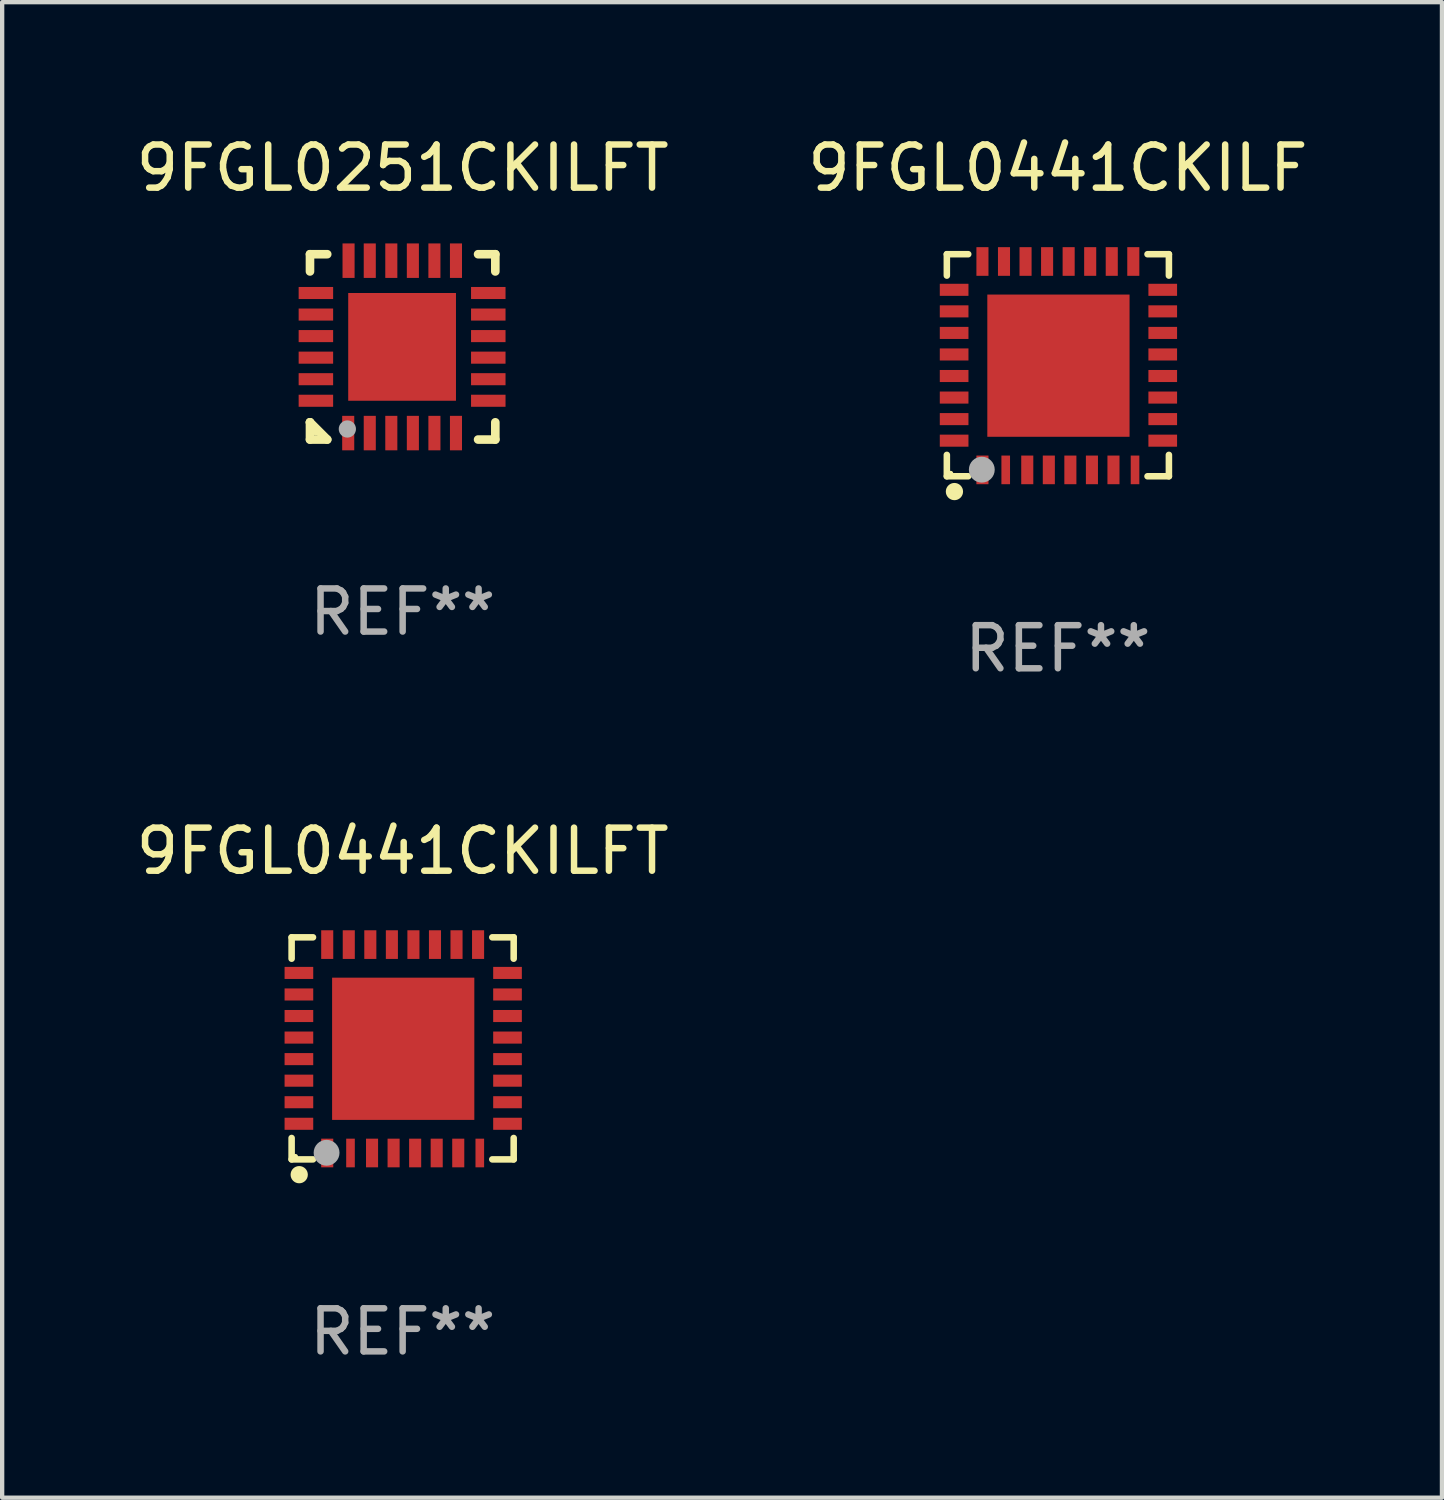
<source format=kicad_pcb>
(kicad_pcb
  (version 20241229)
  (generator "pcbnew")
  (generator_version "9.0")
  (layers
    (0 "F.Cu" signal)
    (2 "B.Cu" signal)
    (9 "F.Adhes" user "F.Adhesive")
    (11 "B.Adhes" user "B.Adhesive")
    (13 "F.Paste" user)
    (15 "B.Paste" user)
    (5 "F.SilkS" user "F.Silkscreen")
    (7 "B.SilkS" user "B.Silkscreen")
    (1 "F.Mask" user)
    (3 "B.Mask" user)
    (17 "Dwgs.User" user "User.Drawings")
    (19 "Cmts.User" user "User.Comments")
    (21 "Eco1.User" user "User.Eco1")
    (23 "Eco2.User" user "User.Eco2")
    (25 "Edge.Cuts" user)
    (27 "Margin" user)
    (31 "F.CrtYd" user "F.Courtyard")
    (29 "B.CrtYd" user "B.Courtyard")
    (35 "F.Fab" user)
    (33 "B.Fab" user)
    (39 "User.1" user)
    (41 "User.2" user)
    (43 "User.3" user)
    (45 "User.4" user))
  (footprint "9FGL0441CKILF"
    (layer "F.Cu")
    (at 21.494 5.424)
    (property "Reference" "9FGL0441CKILF" (at 0 -4.576 0) (layer "F.SilkS") (effects (font (size 1 1) (thickness 0.15))))
    (attr through_hole)
    (fp_line (start -2.576 -2.576) (end -2.576 -2.08) (stroke (width 0.152) (type solid)) (layer "F.SilkS"))
    (fp_line (start -2.576 2.576) (end -2.576 2.08) (stroke (width 0.152) (type solid)) (layer "F.SilkS"))
    (fp_line (start -2.08 -2.576) (end -2.576 -2.576) (stroke (width 0.152) (type solid)) (layer "F.SilkS"))
    (fp_line (start -2.08 2.576) (end -2.576 2.576) (stroke (width 0.152) (type solid)) (layer "F.SilkS"))
    (fp_line (start 2.08 -2.576) (end 2.576 -2.576) (stroke (width 0.152) (type solid)) (layer "F.SilkS"))
    (fp_line (start 2.08 2.576) (end 2.576 2.576) (stroke (width 0.152) (type solid)) (layer "F.SilkS"))
    (fp_line (start 2.576 -2.576) (end 2.576 -2.08) (stroke (width 0.152) (type solid)) (layer "F.SilkS"))
    (fp_line (start 2.576 2.576) (end 2.576 2.08) (stroke (width 0.152) (type solid)) (layer "F.SilkS"))
    (fp_circle (center -2.487 2.51) (end -2.457 2.51) (stroke (width 0.06) (type solid)) (fill no) (layer "F.SilkS"))
    (fp_circle (center -2.4 2.931) (end -2.3 2.931) (stroke (width 0.2) (type solid)) (fill no) (layer "F.SilkS"))
    (fp_circle (center -1.765 2.423) (end -1.615 2.423) (stroke (width 0.3) (type solid)) (fill no) (layer "F.Fab"))
    (fp_text user "REF**" (at 0 6.576 0) (layer "F.Fab") (effects (font (size 1 1) (thickness 0.15))))
    (pad "1" smd rect (at -1.75 2.428) (size 0.28 0.665) (layers "F.Cu" "F.Mask" "F.Paste"))
    (pad "2" smd rect (at -1.21 2.428) (size 0.2 0.665) (layers "F.Cu" "F.Mask" "F.Paste"))
    (pad "3" smd rect (at -0.71 2.428) (size 0.28 0.665) (layers "F.Cu" "F.Mask" "F.Paste"))
    (pad "4" smd rect (at -0.21 2.428) (size 0.28 0.665) (layers "F.Cu" "F.Mask" "F.Paste"))
    (pad "5" smd rect (at 0.29 2.428) (size 0.28 0.665) (layers "F.Cu" "F.Mask" "F.Paste"))
    (pad "6" smd rect (at 0.79 2.428) (size 0.28 0.665) (layers "F.Cu" "F.Mask" "F.Paste"))
    (pad "7" smd rect (at 1.29 2.428) (size 0.28 0.665) (layers "F.Cu" "F.Mask" "F.Paste"))
    (pad "8" smd rect (at 1.79 2.428) (size 0.2 0.665) (layers "F.Cu" "F.Mask" "F.Paste"))
    (pad "9" smd rect (at 2.433 1.75) (size 0.665 0.28) (layers "F.Cu" "F.Mask" "F.Paste"))
    (pad "10" smd rect (at 2.433 1.25) (size 0.665 0.28) (layers "F.Cu" "F.Mask" "F.Paste"))
    (pad "11" smd rect (at 2.433 0.75) (size 0.665 0.28) (layers "F.Cu" "F.Mask" "F.Paste"))
    (pad "12" smd rect (at 2.433 0.25) (size 0.665 0.28) (layers "F.Cu" "F.Mask" "F.Paste"))
    (pad "13" smd rect (at 2.433 -0.25) (size 0.665 0.28) (layers "F.Cu" "F.Mask" "F.Paste"))
    (pad "14" smd rect (at 2.433 -0.75) (size 0.665 0.28) (layers "F.Cu" "F.Mask" "F.Paste"))
    (pad "15" smd rect (at 2.433 -1.25) (size 0.665 0.28) (layers "F.Cu" "F.Mask" "F.Paste"))
    (pad "16" smd rect (at 2.433 -1.75) (size 0.665 0.28) (layers "F.Cu" "F.Mask" "F.Paste"))
    (pad "17" smd rect (at 1.75 -2.407) (size 0.28 0.665) (layers "F.Cu" "F.Mask" "F.Paste"))
    (pad "18" smd rect (at 1.25 -2.407) (size 0.28 0.665) (layers "F.Cu" "F.Mask" "F.Paste"))
    (pad "19" smd rect (at 0.75 -2.407) (size 0.28 0.665) (layers "F.Cu" "F.Mask" "F.Paste"))
    (pad "20" smd rect (at 0.25 -2.407) (size 0.28 0.665) (layers "F.Cu" "F.Mask" "F.Paste"))
    (pad "21" smd rect (at -0.25 -2.407) (size 0.28 0.665) (layers "F.Cu" "F.Mask" "F.Paste"))
    (pad "22" smd rect (at -0.75 -2.407) (size 0.28 0.665) (layers "F.Cu" "F.Mask" "F.Paste"))
    (pad "23" smd rect (at -1.25 -2.407) (size 0.28 0.665) (layers "F.Cu" "F.Mask" "F.Paste"))
    (pad "24" smd rect (at -1.75 -2.407) (size 0.28 0.665) (layers "F.Cu" "F.Mask" "F.Paste"))
    (pad "25" smd rect (at -2.407 -1.75) (size 0.665 0.28) (layers "F.Cu" "F.Mask" "F.Paste"))
    (pad "26" smd rect (at -2.407 -1.25) (size 0.665 0.28) (layers "F.Cu" "F.Mask" "F.Paste"))
    (pad "27" smd rect (at -2.407 -0.75) (size 0.665 0.28) (layers "F.Cu" "F.Mask" "F.Paste"))
    (pad "28" smd rect (at -2.407 -0.25) (size 0.665 0.28) (layers "F.Cu" "F.Mask" "F.Paste"))
    (pad "29" smd rect (at -2.407 0.25) (size 0.665 0.28) (layers "F.Cu" "F.Mask" "F.Paste"))
    (pad "30" smd rect (at -2.407 0.75) (size 0.665 0.28) (layers "F.Cu" "F.Mask" "F.Paste"))
    (pad "31" smd rect (at -2.407 1.25) (size 0.665 0.28) (layers "F.Cu" "F.Mask" "F.Paste"))
    (pad "32" smd rect (at -2.407 1.75) (size 0.665 0.28) (layers "F.Cu" "F.Mask" "F.Paste"))
    (pad "33" smd rect (at 0.013 0.01) (size 3.3 3.3) (layers "F.Cu" "F.Mask" "F.Paste")))
  (footprint "9FGL0251CKILFT"
    (layer "F.Cu")
    (at 6.292 4.998)
    (property "Reference" "9FGL0251CKILFT" (at 0 -4.15 0) (layer "F.SilkS") (effects (font (size 1 1) (thickness 0.15))))
    (attr through_hole)
    (fp_line (start -2.15 -2.15) (end -1.75 -2.15) (stroke (width 0.2) (type solid)) (layer "F.SilkS"))
    (fp_line (start -2.15 -1.75) (end -2.15 -2.15) (stroke (width 0.2) (type solid)) (layer "F.SilkS"))
    (fp_line (start -2.15 1.75) (end -2.15 1.75) (stroke (width 0.2) (type solid)) (layer "F.SilkS"))
    (fp_line (start -2.15 1.75) (end -1.75 2.15) (stroke (width 0.2) (type solid)) (layer "F.SilkS"))
    (fp_line (start -2.15 2.15) (end -2.15 1.75) (stroke (width 0.2) (type solid)) (layer "F.SilkS"))
    (fp_line (start -1.75 2.15) (end -2.15 2.15) (stroke (width 0.2) (type solid)) (layer "F.SilkS"))
    (fp_line (start 2.15 -2.15) (end 1.75 -2.15) (stroke (width 0.2) (type solid)) (layer "F.SilkS"))
    (fp_line (start 2.15 -1.75) (end 2.15 -2.15) (stroke (width 0.2) (type solid)) (layer "F.SilkS"))
    (fp_line (start 2.15 1.75) (end 2.15 2.15) (stroke (width 0.2) (type solid)) (layer "F.SilkS"))
    (fp_line (start 2.15 2.15) (end 1.75 2.15) (stroke (width 0.2) (type solid)) (layer "F.SilkS"))
    (fp_circle (center -2.013 2) (end -1.983 2) (stroke (width 0.06) (type solid)) (fill no) (layer "F.SilkS"))
    (fp_circle (center -1.283 1.905) (end -1.183 1.905) (stroke (width 0.2) (type solid)) (fill no) (layer "F.Fab"))
    (fp_text user "REF**" (at 0 6.15 0) (layer "F.Fab") (effects (font (size 1 1) (thickness 0.15))))
    (pad "1" smd rect (at -1.263 2 180) (size 0.28 0.8) (layers "F.Cu" "F.Mask" "F.Paste"))
    (pad "2" smd rect (at -0.763 2 180) (size 0.28 0.8) (layers "F.Cu" "F.Mask" "F.Paste"))
    (pad "3" smd rect (at -0.263 2 180) (size 0.28 0.8) (layers "F.Cu" "F.Mask" "F.Paste"))
    (pad "4" smd rect (at 0.237 2 180) (size 0.28 0.8) (layers "F.Cu" "F.Mask" "F.Paste"))
    (pad "5" smd rect (at 0.737 2 180) (size 0.28 0.8) (layers "F.Cu" "F.Mask" "F.Paste"))
    (pad "6" smd rect (at 1.237 2 180) (size 0.28 0.8) (layers "F.Cu" "F.Mask" "F.Paste"))
    (pad "7" smd rect (at 1.987 1.25 90) (size 0.28 0.8) (layers "F.Cu" "F.Mask" "F.Paste"))
    (pad "8" smd rect (at 1.987 0.75 90) (size 0.28 0.8) (layers "F.Cu" "F.Mask" "F.Paste"))
    (pad "9" smd rect (at 1.987 0.25 90) (size 0.28 0.8) (layers "F.Cu" "F.Mask" "F.Paste"))
    (pad "10" smd rect (at 1.987 -0.25 90) (size 0.28 0.8) (layers "F.Cu" "F.Mask" "F.Paste"))
    (pad "11" smd rect (at 1.987 -0.75 90) (size 0.28 0.8) (layers "F.Cu" "F.Mask" "F.Paste"))
    (pad "12" smd rect (at 1.987 -1.25 90) (size 0.28 0.8) (layers "F.Cu" "F.Mask" "F.Paste"))
    (pad "13" smd rect (at 1.237 -2 180) (size 0.28 0.8) (layers "F.Cu" "F.Mask" "F.Paste"))
    (pad "14" smd rect (at 0.737 -2 180) (size 0.28 0.8) (layers "F.Cu" "F.Mask" "F.Paste"))
    (pad "15" smd rect (at 0.237 -2 180) (size 0.28 0.8) (layers "F.Cu" "F.Mask" "F.Paste"))
    (pad "16" smd rect (at -0.263 -2 180) (size 0.28 0.8) (layers "F.Cu" "F.Mask" "F.Paste"))
    (pad "17" smd rect (at -0.763 -2 180) (size 0.28 0.8) (layers "F.Cu" "F.Mask" "F.Paste"))
    (pad "18" smd rect (at -1.255 -2 180) (size 0.28 0.8) (layers "F.Cu" "F.Mask" "F.Paste"))
    (pad "19" smd rect (at -2.013 -1.25 90) (size 0.28 0.8) (layers "F.Cu" "F.Mask" "F.Paste"))
    (pad "20" smd rect (at -2.013 -0.75 90) (size 0.28 0.8) (layers "F.Cu" "F.Mask" "F.Paste"))
    (pad "21" smd rect (at -2.013 -0.25 90) (size 0.28 0.8) (layers "F.Cu" "F.Mask" "F.Paste"))
    (pad "22" smd rect (at -2.013 0.25 90) (size 0.28 0.8) (layers "F.Cu" "F.Mask" "F.Paste"))
    (pad "23" smd rect (at -2.013 0.75 90) (size 0.28 0.8) (layers "F.Cu" "F.Mask" "F.Paste"))
    (pad "24" smd rect (at -2.013 1.25 90) (size 0.28 0.8) (layers "F.Cu" "F.Mask" "F.Paste"))
    (pad "25" smd rect (at -0.013 0 90) (size 2.5 2.5) (layers "F.Cu" "F.Mask" "F.Paste")))
  (footprint "9FGL0441CKILFT"
    (layer "F.Cu")
    (at 6.292 21.273)
    (property "Reference" "9FGL0441CKILFT" (at 0 -4.576 0) (layer "F.SilkS") (effects (font (size 1 1) (thickness 0.15))))
    (attr through_hole)
    (fp_line (start -2.576 -2.576) (end -2.576 -2.08) (stroke (width 0.152) (type solid)) (layer "F.SilkS"))
    (fp_line (start -2.576 2.576) (end -2.576 2.08) (stroke (width 0.152) (type solid)) (layer "F.SilkS"))
    (fp_line (start -2.08 -2.576) (end -2.576 -2.576) (stroke (width 0.152) (type solid)) (layer "F.SilkS"))
    (fp_line (start -2.08 2.576) (end -2.576 2.576) (stroke (width 0.152) (type solid)) (layer "F.SilkS"))
    (fp_line (start 2.08 -2.576) (end 2.576 -2.576) (stroke (width 0.152) (type solid)) (layer "F.SilkS"))
    (fp_line (start 2.08 2.576) (end 2.576 2.576) (stroke (width 0.152) (type solid)) (layer "F.SilkS"))
    (fp_line (start 2.576 -2.576) (end 2.576 -2.08) (stroke (width 0.152) (type solid)) (layer "F.SilkS"))
    (fp_line (start 2.576 2.576) (end 2.576 2.08) (stroke (width 0.152) (type solid)) (layer "F.SilkS"))
    (fp_circle (center -2.487 2.51) (end -2.457 2.51) (stroke (width 0.06) (type solid)) (fill no) (layer "F.SilkS"))
    (fp_circle (center -2.4 2.931) (end -2.3 2.931) (stroke (width 0.2) (type solid)) (fill no) (layer "F.SilkS"))
    (fp_circle (center -1.765 2.423) (end -1.615 2.423) (stroke (width 0.3) (type solid)) (fill no) (layer "F.Fab"))
    (fp_text user "REF**" (at 0 6.576 0) (layer "F.Fab") (effects (font (size 1 1) (thickness 0.15))))
    (pad "1" smd rect (at -1.75 2.428) (size 0.28 0.665) (layers "F.Cu" "F.Mask" "F.Paste"))
    (pad "2" smd rect (at -1.21 2.428) (size 0.2 0.665) (layers "F.Cu" "F.Mask" "F.Paste"))
    (pad "3" smd rect (at -0.71 2.428) (size 0.28 0.665) (layers "F.Cu" "F.Mask" "F.Paste"))
    (pad "4" smd rect (at -0.21 2.428) (size 0.28 0.665) (layers "F.Cu" "F.Mask" "F.Paste"))
    (pad "5" smd rect (at 0.29 2.428) (size 0.28 0.665) (layers "F.Cu" "F.Mask" "F.Paste"))
    (pad "6" smd rect (at 0.79 2.428) (size 0.28 0.665) (layers "F.Cu" "F.Mask" "F.Paste"))
    (pad "7" smd rect (at 1.29 2.428) (size 0.28 0.665) (layers "F.Cu" "F.Mask" "F.Paste"))
    (pad "8" smd rect (at 1.79 2.428) (size 0.2 0.665) (layers "F.Cu" "F.Mask" "F.Paste"))
    (pad "9" smd rect (at 2.433 1.75) (size 0.665 0.28) (layers "F.Cu" "F.Mask" "F.Paste"))
    (pad "10" smd rect (at 2.433 1.25) (size 0.665 0.28) (layers "F.Cu" "F.Mask" "F.Paste"))
    (pad "11" smd rect (at 2.433 0.75) (size 0.665 0.28) (layers "F.Cu" "F.Mask" "F.Paste"))
    (pad "12" smd rect (at 2.433 0.25) (size 0.665 0.28) (layers "F.Cu" "F.Mask" "F.Paste"))
    (pad "13" smd rect (at 2.433 -0.25) (size 0.665 0.28) (layers "F.Cu" "F.Mask" "F.Paste"))
    (pad "14" smd rect (at 2.433 -0.75) (size 0.665 0.28) (layers "F.Cu" "F.Mask" "F.Paste"))
    (pad "15" smd rect (at 2.433 -1.25) (size 0.665 0.28) (layers "F.Cu" "F.Mask" "F.Paste"))
    (pad "16" smd rect (at 2.433 -1.75) (size 0.665 0.28) (layers "F.Cu" "F.Mask" "F.Paste"))
    (pad "17" smd rect (at 1.75 -2.407) (size 0.28 0.665) (layers "F.Cu" "F.Mask" "F.Paste"))
    (pad "18" smd rect (at 1.25 -2.407) (size 0.28 0.665) (layers "F.Cu" "F.Mask" "F.Paste"))
    (pad "19" smd rect (at 0.75 -2.407) (size 0.28 0.665) (layers "F.Cu" "F.Mask" "F.Paste"))
    (pad "20" smd rect (at 0.25 -2.407) (size 0.28 0.665) (layers "F.Cu" "F.Mask" "F.Paste"))
    (pad "21" smd rect (at -0.25 -2.407) (size 0.28 0.665) (layers "F.Cu" "F.Mask" "F.Paste"))
    (pad "22" smd rect (at -0.75 -2.407) (size 0.28 0.665) (layers "F.Cu" "F.Mask" "F.Paste"))
    (pad "23" smd rect (at -1.25 -2.407) (size 0.28 0.665) (layers "F.Cu" "F.Mask" "F.Paste"))
    (pad "24" smd rect (at -1.75 -2.407) (size 0.28 0.665) (layers "F.Cu" "F.Mask" "F.Paste"))
    (pad "25" smd rect (at -2.407 -1.75) (size 0.665 0.28) (layers "F.Cu" "F.Mask" "F.Paste"))
    (pad "26" smd rect (at -2.407 -1.25) (size 0.665 0.28) (layers "F.Cu" "F.Mask" "F.Paste"))
    (pad "27" smd rect (at -2.407 -0.75) (size 0.665 0.28) (layers "F.Cu" "F.Mask" "F.Paste"))
    (pad "28" smd rect (at -2.407 -0.25) (size 0.665 0.28) (layers "F.Cu" "F.Mask" "F.Paste"))
    (pad "29" smd rect (at -2.407 0.25) (size 0.665 0.28) (layers "F.Cu" "F.Mask" "F.Paste"))
    (pad "30" smd rect (at -2.407 0.75) (size 0.665 0.28) (layers "F.Cu" "F.Mask" "F.Paste"))
    (pad "31" smd rect (at -2.407 1.25) (size 0.665 0.28) (layers "F.Cu" "F.Mask" "F.Paste"))
    (pad "32" smd rect (at -2.407 1.75) (size 0.665 0.28) (layers "F.Cu" "F.Mask" "F.Paste"))
    (pad "33" smd rect (at 0.013 0.01) (size 3.3 3.3) (layers "F.Cu" "F.Mask" "F.Paste")))
  (gr_rect
    (start -3 -3)
    (end 30.405 31.698)
    (stroke (width 0.1) (type default))
    (fill no)
    (layer "Edge.Cuts")))
</source>
